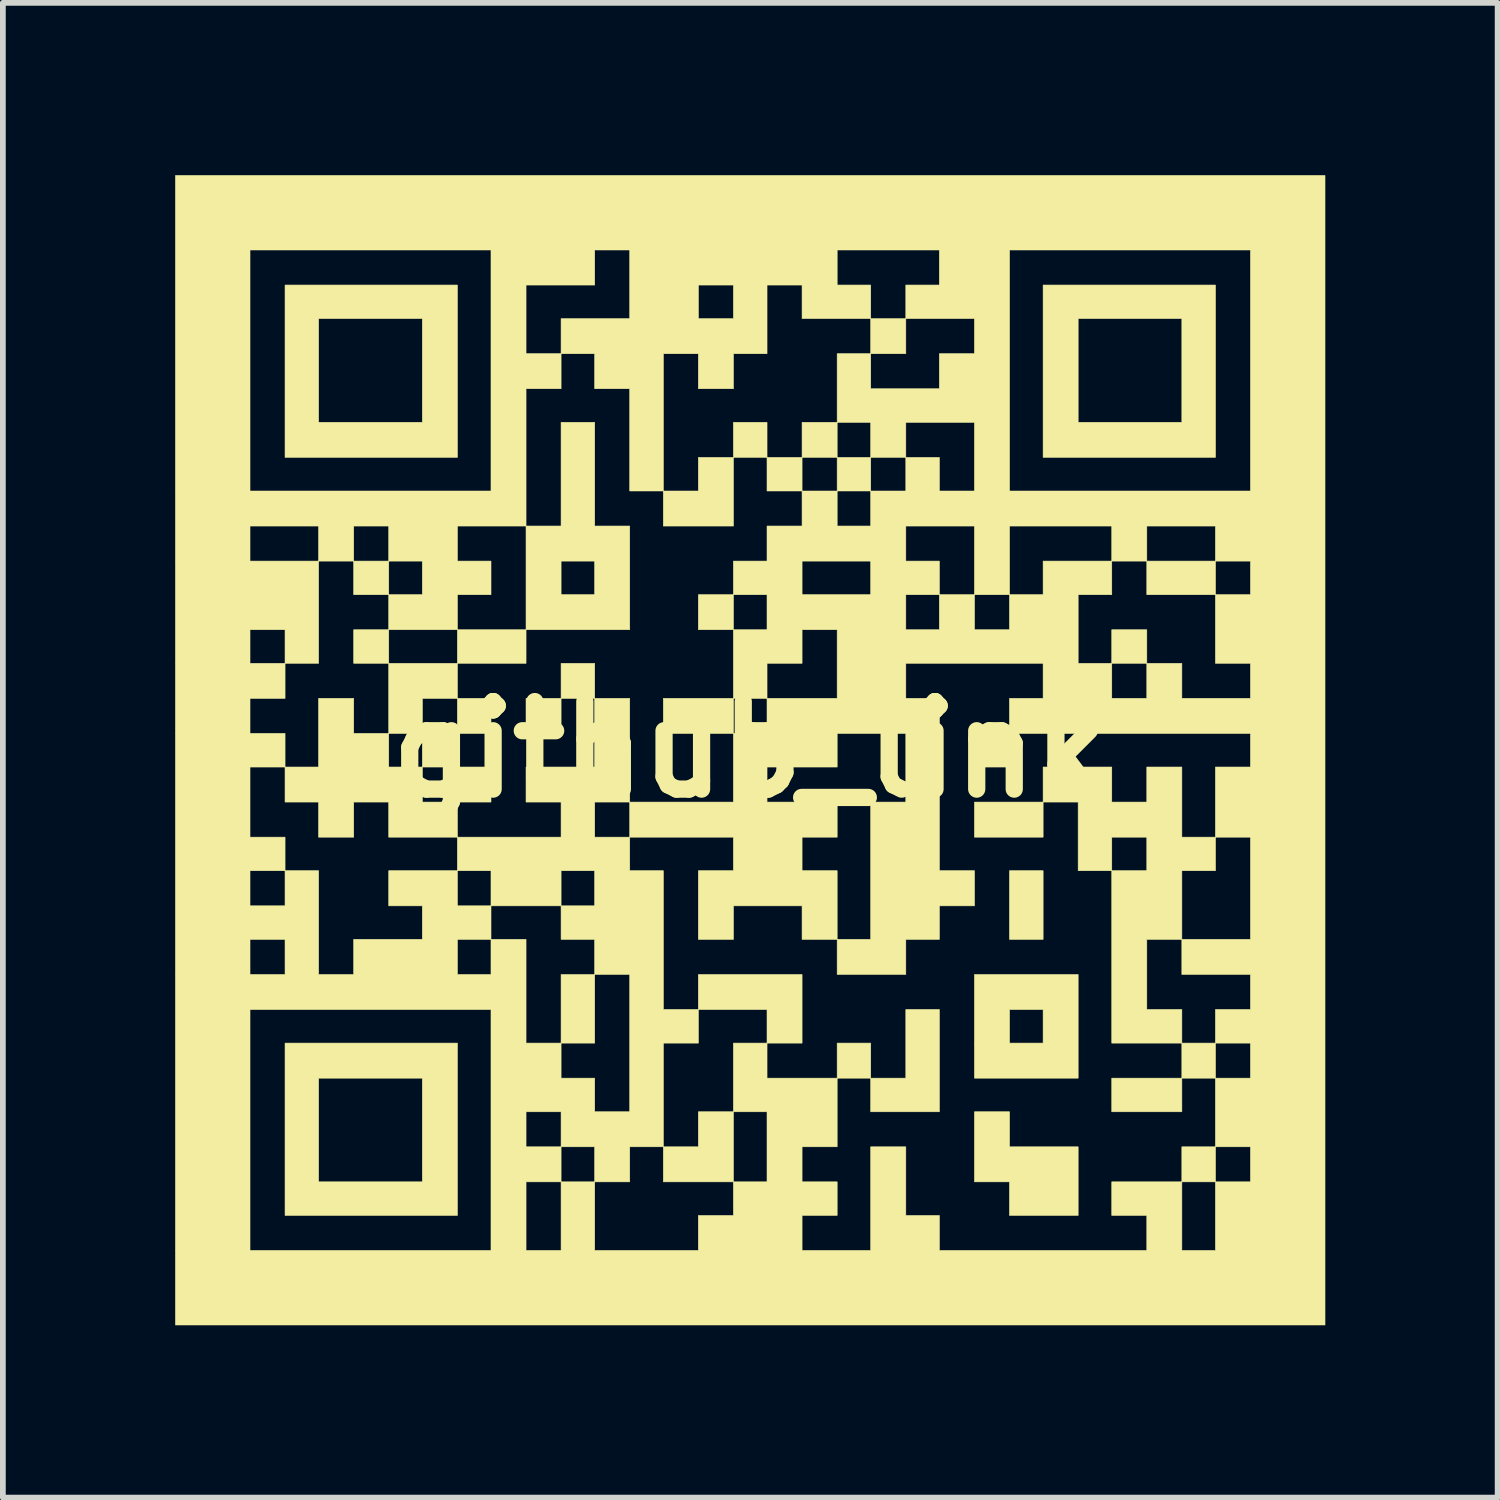
<source format=kicad_pcb>
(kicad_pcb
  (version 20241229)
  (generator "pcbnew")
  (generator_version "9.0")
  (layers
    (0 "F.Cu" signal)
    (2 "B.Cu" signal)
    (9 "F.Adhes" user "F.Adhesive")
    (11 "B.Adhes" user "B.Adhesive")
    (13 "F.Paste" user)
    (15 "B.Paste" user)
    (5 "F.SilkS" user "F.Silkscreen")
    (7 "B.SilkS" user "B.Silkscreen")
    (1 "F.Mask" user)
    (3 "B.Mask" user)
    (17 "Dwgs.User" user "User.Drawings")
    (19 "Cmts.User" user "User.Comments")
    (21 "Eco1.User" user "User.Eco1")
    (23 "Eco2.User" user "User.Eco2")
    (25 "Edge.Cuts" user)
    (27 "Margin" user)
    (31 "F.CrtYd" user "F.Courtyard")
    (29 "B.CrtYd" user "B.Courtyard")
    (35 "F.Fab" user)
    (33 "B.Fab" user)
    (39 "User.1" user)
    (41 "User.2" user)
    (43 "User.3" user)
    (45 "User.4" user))
  (footprint "github_link"
    (layer "F.Cu")
    (at 9.997 9.997)
    (property "Reference" "github_link" (at 0 0 0) (layer "F.SilkS") (effects (font (size 1.524 1.524) (thickness 0.3))))
    (attr through_hole)
    (fp_poly (pts (xy -6.89 -1.5) (xy -6.89 -2.085) (xy -6.28 -2.085) (xy -6.28 -1.5) (xy -6.89 -1.5)) (stroke (width 0.01) (type solid)) (fill yes) (layer "F.SilkS"))
    (fp_poly (pts (xy -6.28 -2.695) (xy -6.89 -2.695) (xy -6.89 -3.28) (xy -6.28 -3.28) (xy -6.28 -2.695)) (stroke (width 0.01) (type solid)) (fill yes) (layer "F.SilkS"))
    (fp_poly (pts (xy -5.085 -2.085) (xy -3.89 -2.085) (xy -3.89 -1.5) (xy -5.085 -1.5) (xy -5.085 -2.085)) (stroke (width 0.01) (type solid)) (fill yes) (layer "F.SilkS"))
    (fp_poly (pts (xy -5.085 -0.89) (xy -4.5 -0.89) (xy -4.5 -0.28) (xy -5.085 -0.28) (xy -5.085 -0.89)) (stroke (width 0.01) (type solid)) (fill yes) (layer "F.SilkS"))
    (fp_poly (pts (xy -5.085 0.305) (xy -5.695 0.305) (xy -5.695 -0.28) (xy -5.085 -0.28) (xy -5.085 0.305)) (stroke (width 0.01) (type solid)) (fill yes) (layer "F.SilkS"))
    (fp_poly (pts (xy -4.5 0.305) (xy -4.5 0.915) (xy -5.085 0.915) (xy -5.085 0.305) (xy -4.5 0.305)) (stroke (width 0.01) (type solid)) (fill yes) (layer "F.SilkS"))
    (fp_poly (pts (xy -3.28 -1.5) (xy -2.695 -1.5) (xy -2.695 -0.89) (xy -3.28 -0.89) (xy -3.28 -1.5)) (stroke (width 0.01) (type solid)) (fill yes) (layer "F.SilkS"))
    (fp_poly (pts (xy -3.28 -0.28) (xy -3.89 -0.28) (xy -3.89 -0.89) (xy -3.28 -0.89) (xy -3.28 -0.28)) (stroke (width 0.01) (type solid)) (fill yes) (layer "F.SilkS"))
    (fp_poly (pts (xy -2.695 5.111) (xy -3.28 5.111) (xy -3.28 3.916) (xy -2.695 3.916) (xy -2.695 5.111)) (stroke (width 0.01) (type solid)) (fill yes) (layer "F.SilkS"))
    (fp_poly (pts (xy -0.28 -5.085) (xy -0.28 -5.695) (xy 0.305 -5.695) (xy 0.305 -5.085) (xy -0.28 -5.085)) (stroke (width 0.01) (type solid)) (fill yes) (layer "F.SilkS"))
    (fp_poly (pts (xy -0.28 -2.085) (xy -0.89 -2.085) (xy -0.89 -2.695) (xy -0.28 -2.695) (xy -0.28 -2.085)) (stroke (width 0.01) (type solid)) (fill yes) (layer "F.SilkS"))
    (fp_poly (pts (xy -0.28 -0.28) (xy -1.5 -0.28) (xy -1.5 -0.89) (xy -0.28 -0.89) (xy -0.28 -0.28)) (stroke (width 0.01) (type solid)) (fill yes) (layer "F.SilkS"))
    (fp_poly (pts (xy 0.915 -5.695) (xy 1.526 -5.695) (xy 1.526 -5.085) (xy 0.915 -5.085) (xy 0.915 -5.695)) (stroke (width 0.01) (type solid)) (fill yes) (layer "F.SilkS"))
    (fp_poly (pts (xy 0.915 -4.5) (xy 0.305 -4.5) (xy 0.305 -5.085) (xy 0.915 -5.085) (xy 0.915 -4.5)) (stroke (width 0.01) (type solid)) (fill yes) (layer "F.SilkS"))
    (fp_poly (pts (xy 1.526 5.721) (xy 1.526 5.111) (xy 2.11 5.111) (xy 2.11 5.721) (xy 1.526 5.721)) (stroke (width 0.01) (type solid)) (fill yes) (layer "F.SilkS"))
    (fp_poly (pts (xy 2.11 -4.5) (xy 1.526 -4.5) (xy 1.526 -5.085) (xy 2.11 -5.085) (xy 2.11 -4.5)) (stroke (width 0.01) (type solid)) (fill yes) (layer "F.SilkS"))
    (fp_poly (pts (xy 2.721 -6.89) (xy 2.11 -6.89) (xy 2.11 -7.501) (xy 2.721 -7.501) (xy 2.721 -6.89)) (stroke (width 0.01) (type solid)) (fill yes) (layer "F.SilkS"))
    (fp_poly (pts (xy 4.526 0.305) (xy 3.916 0.305) (xy 3.916 -0.28) (xy 4.526 -0.28) (xy 4.526 0.305)) (stroke (width 0.01) (type solid)) (fill yes) (layer "F.SilkS"))
    (fp_poly (pts (xy 5.111 1.526) (xy 3.916 1.526) (xy 3.916 0.915) (xy 5.111 0.915) (xy 5.111 1.526)) (stroke (width 0.01) (type solid)) (fill yes) (layer "F.SilkS"))
    (fp_poly (pts (xy 5.111 3.305) (xy 4.526 3.305) (xy 4.526 2.11) (xy 5.111 2.11) (xy 5.111 3.305)) (stroke (width 0.01) (type solid)) (fill yes) (layer "F.SilkS"))
    (fp_poly (pts (xy 6.916 -1.5) (xy 6.306 -1.5) (xy 6.306 -2.085) (xy 6.916 -2.085) (xy 6.916 -1.5)) (stroke (width 0.01) (type solid)) (fill yes) (layer "F.SilkS"))
    (fp_poly (pts (xy 7.526 5.111) (xy 8.111 5.111) (xy 8.111 5.721) (xy 7.526 5.721) (xy 7.526 5.111)) (stroke (width 0.01) (type solid)) (fill yes) (layer "F.SilkS"))
    (fp_poly (pts (xy 7.526 6.306) (xy 6.306 6.306) (xy 6.306 5.721) (xy 7.526 5.721) (xy 7.526 6.306)) (stroke (width 0.01) (type solid)) (fill yes) (layer "F.SilkS"))
    (fp_poly (pts (xy 8.111 -2.695) (xy 6.916 -2.695) (xy 6.916 -3.28) (xy 8.111 -3.28) (xy 8.111 -2.695)) (stroke (width 0.01) (type solid)) (fill yes) (layer "F.SilkS"))
    (fp_poly (pts (xy 8.111 7.526) (xy 7.526 7.526) (xy 7.526 6.916) (xy 8.111 6.916) (xy 8.111 7.526)) (stroke (width 0.01) (type solid)) (fill yes) (layer "F.SilkS"))
    (fp_poly (pts (xy -6.28 -1.5) (xy -5.085 -1.5) (xy -5.085 -0.89) (xy -5.695 -0.89) (xy -5.695 -0.28) (xy -6.28 -0.28) (xy -6.28 -1.5)) (stroke (width 0.01) (type solid)) (fill yes) (layer "F.SilkS"))
    (fp_poly (pts (xy -0.28 -3.89) (xy -1.5 -3.89) (xy -1.5 -4.5) (xy -0.89 -4.5) (xy -0.89 -5.085) (xy -0.28 -5.085) (xy -0.28 -3.89)) (stroke (width 0.01) (type solid)) (fill yes) (layer "F.SilkS"))
    (fp_poly (pts (xy -0.28 7.526) (xy -1.5 7.526) (xy -1.5 6.916) (xy -0.89 6.916) (xy -0.89 6.306) (xy -0.28 6.306) (xy -0.28 7.526)) (stroke (width 0.01) (type solid)) (fill yes) (layer "F.SilkS"))
    (fp_poly (pts (xy 0.915 5.111) (xy 0.305 5.111) (xy 0.305 4.526) (xy -0.89 4.526) (xy -0.89 3.916) (xy 0.915 3.916) (xy 0.915 5.111)) (stroke (width 0.01) (type solid)) (fill yes) (layer "F.SilkS"))
    (fp_poly (pts (xy 2.721 5.721) (xy 2.721 4.526) (xy 3.305 4.526) (xy 3.305 6.306) (xy 2.11 6.306) (xy 2.11 5.721) (xy 2.721 5.721)) (stroke (width 0.01) (type solid)) (fill yes) (layer "F.SilkS"))
    (fp_poly (pts (xy 4.526 6.916) (xy 5.721 6.916) (xy 5.721 8.111) (xy 4.526 8.111) (xy 4.526 7.526) (xy 3.916 7.526) (xy 3.916 6.306) (xy 4.526 6.306) (xy 4.526 6.916)) (stroke (width 0.01) (type solid)) (fill yes) (layer "F.SilkS"))
    (fp_poly (pts (xy -5.085 -5.085) (xy -8.085 -5.085) (xy -8.085 -7.501) (xy -7.501 -7.501) (xy -7.501 -5.695) (xy -5.695 -5.695) (xy -5.695 -7.501) (xy -7.501 -7.501) (xy -8.085 -7.501) (xy -8.085 -8.085) (xy -5.085 -8.085) (xy -5.085 -5.085)) (stroke (width 0.01) (type solid)) (fill yes) (layer "F.SilkS"))
    (fp_poly (pts (xy -5.085 8.111) (xy -8.085 8.111) (xy -8.085 5.721) (xy -7.501 5.721) (xy -7.501 7.526) (xy -5.695 7.526) (xy -5.695 5.721) (xy -7.501 5.721) (xy -8.085 5.721) (xy -8.085 5.111) (xy -5.085 5.111) (xy -5.085 8.111)) (stroke (width 0.01) (type solid)) (fill yes) (layer "F.SilkS"))
    (fp_poly (pts (xy 5.721 5.721) (xy 3.916 5.721) (xy 3.916 4.526) (xy 4.526 4.526) (xy 4.526 5.111) (xy 5.111 5.111) (xy 5.111 4.526) (xy 4.526 4.526) (xy 3.916 4.526) (xy 3.916 3.916) (xy 5.721 3.916) (xy 5.721 5.721)) (stroke (width 0.01) (type solid)) (fill yes) (layer "F.SilkS"))
    (fp_poly (pts (xy 8.111 -5.085) (xy 5.111 -5.085) (xy 5.111 -7.501) (xy 5.721 -7.501) (xy 5.721 -5.695) (xy 7.526 -5.695) (xy 7.526 -7.501) (xy 5.721 -7.501) (xy 5.111 -7.501) (xy 5.111 -8.085) (xy 8.111 -8.085) (xy 8.111 -5.085)) (stroke (width 0.01) (type solid)) (fill yes) (layer "F.SilkS"))
    (fp_poly (pts (xy -3.89 -3.89) (xy -3.28 -3.89) (xy -3.28 -5.695) (xy -2.695 -5.695) (xy -2.695 -3.89) (xy -2.085 -3.89) (xy -2.085 -2.085) (xy -3.89 -2.085) (xy -3.89 -3.28) (xy -3.28 -3.28) (xy -3.28 -2.695) (xy -2.695 -2.695) (xy -2.695 -3.28) (xy -3.28 -3.28) (xy -3.89 -3.28) (xy -3.89 -3.89)) (stroke (width 0.01) (type solid)) (fill yes) (layer "F.SilkS"))
    (fp_poly (pts (xy -5.085 1.526) (xy -6.28 1.526) (xy -6.28 0.915) (xy -6.89 0.915) (xy -6.89 1.526) (xy -7.501 1.526) (xy -7.501 0.915) (xy -8.085 0.915) (xy -8.085 0.305) (xy -7.501 0.305) (xy -7.501 -0.89) (xy -6.89 -0.89) (xy -6.89 -0.28) (xy -6.28 -0.28) (xy -6.28 0.305) (xy -5.695 0.305) (xy -5.695 0.915) (xy -5.085 0.915) (xy -5.085 1.526)) (stroke (width 0.01) (type solid)) (fill yes) (layer "F.SilkS"))
    (fp_poly (pts (xy 6.306 5.111) (xy 6.306 2.11) (xy 5.721 2.11) (xy 5.721 1.526) (xy 6.306 1.526) (xy 6.306 2.11) (xy 6.916 2.11) (xy 6.916 1.526) (xy 6.306 1.526) (xy 5.721 1.526) (xy 5.721 0.915) (xy 5.111 0.915) (xy 5.111 0.305) (xy 6.306 0.305) (xy 6.306 0.915) (xy 6.916 0.915) (xy 6.916 0.305) (xy 7.526 0.305) (xy 7.526 1.526) (xy 8.111 1.526) (xy 8.111 2.11) (xy 7.526 2.11) (xy 7.526 3.305) (xy 6.916 3.305) (xy 6.916 4.526) (xy 7.526 4.526) (xy 7.526 5.111) (xy 6.306 5.111)) (stroke (width 0.01) (type solid)) (fill yes) (layer "F.SilkS"))
    (fp_poly (pts (xy 10.018 10.018) (xy -9.992 10.018) (xy -9.992 4.526) (xy -8.695 4.526) (xy -8.695 8.721) (xy -4.5 8.721) (xy -4.5 7.526) (xy -3.89 7.526) (xy -3.89 8.721) (xy -3.28 8.721) (xy -2.695 8.721) (xy -0.89 8.721) (xy -0.89 8.111) (xy -0.28 8.111) (xy -0.28 7.526) (xy 0.305 7.526) (xy 0.305 6.306) (xy -0.28 6.306) (xy -0.28 5.111) (xy 0.305 5.111) (xy 0.305 5.721) (xy 1.526 5.721) (xy 1.526 6.916) (xy 0.915 6.916) (xy 0.915 7.526) (xy 1.526 7.526) (xy 1.526 8.111) (xy 0.915 8.111) (xy 0.915 8.721) (xy 2.11 8.721) (xy 2.11 6.916) (xy 2.721 6.916) (xy 2.721 8.111) (xy 3.305 8.111) (xy 3.305 8.721) (xy 6.916 8.721) (xy 6.916 8.111) (xy 6.306 8.111) (xy 6.306 7.526) (xy 7.526 7.526) (xy 7.526 8.721) (xy 8.111 8.721) (xy 8.111 7.526) (xy 8.721 7.526) (xy 8.721 6.916) (xy 8.111 6.916) (xy 8.111 5.721) (xy 8.721 5.721) (xy 8.721 5.111) (xy 8.111 5.111) (xy 8.111 4.526) (xy 8.721 4.526) (xy 8.721 3.916) (xy 7.526 3.916) (xy 7.526 3.305) (xy 8.721 3.305) (xy 8.721 1.526) (xy 8.111 1.526) (xy 8.111 0.305) (xy 8.721 0.305) (xy 8.721 -0.28) (xy 4.526 -0.28) (xy 4.526 -0.89) (xy 5.111 -0.89) (xy 5.111 -1.5) (xy 2.721 -1.5) (xy 2.721 -0.89) (xy 3.305 -0.89) (xy 3.305 2.11) (xy 3.916 2.11) (xy 3.916 2.721) (xy 3.305 2.721) (xy 3.305 3.305) (xy 2.721 3.305) (xy 2.721 3.916) (xy 1.526 3.916) (xy 1.526 3.305) (xy 0.915 3.305) (xy 0.915 2.721) (xy -0.28 2.721) (xy -0.28 3.305) (xy -0.89 3.305) (xy -0.89 2.11) (xy -0.28 2.11) (xy -0.28 1.526) (xy -2.085 1.526) (xy -2.085 2.11) (xy -1.5 2.11) (xy -1.5 4.526) (xy -0.89 4.526) (xy -0.89 5.111) (xy -1.5 5.111) (xy -1.5 6.916) (xy -2.085 6.916) (xy -2.085 7.526) (xy -2.695 7.526) (xy -2.695 8.721) (xy -3.28 8.721) (xy -3.28 7.526) (xy -2.695 7.526) (xy -2.695 6.916) (xy -3.28 6.916) (xy -3.28 7.526) (xy -3.89 7.526) (xy -4.5 7.526) (xy -4.5 6.306) (xy -3.89 6.306) (xy -3.89 6.916) (xy -3.28 6.916) (xy -3.28 6.306) (xy -3.89 6.306) (xy -4.5 6.306) (xy -4.5 4.526) (xy -8.695 4.526) (xy -9.992 4.526) (xy -9.992 3.305) (xy -8.695 3.305) (xy -8.695 3.916) (xy -8.085 3.916) (xy -8.085 3.305) (xy -8.695 3.305) (xy -9.992 3.305) (xy -9.992 2.11) (xy -8.695 2.11) (xy -8.695 2.721) (xy -8.085 2.721) (xy -8.085 2.11) (xy -8.695 2.11) (xy -9.992 2.11) (xy -9.992 -0.89) (xy -8.695 -0.89) (xy -8.695 -0.28) (xy -8.085 -0.28) (xy -8.085 0.305) (xy -8.695 0.305) (xy -8.695 1.526) (xy -8.085 1.526) (xy -8.085 2.11) (xy -7.501 2.11) (xy -7.501 3.916) (xy -6.89 3.916) (xy -6.89 3.305) (xy -5.695 3.305) (xy -5.085 3.305) (xy -5.085 3.916) (xy -4.5 3.916) (xy -4.5 3.305) (xy -5.085 3.305) (xy -5.695 3.305) (xy -5.695 2.721) (xy -6.28 2.721) (xy -6.28 2.11) (xy -5.085 2.11) (xy -5.085 2.721) (xy -4.5 2.721) (xy -4.5 3.305) (xy -3.89 3.305) (xy -3.89 5.111) (xy -3.28 5.111) (xy -3.28 5.721) (xy -2.695 5.721) (xy -2.695 6.306) (xy -2.085 6.306) (xy -2.085 3.916) (xy -2.695 3.916) (xy -2.695 3.305) (xy -3.28 3.305) (xy -3.28 2.721) (xy -4.5 2.721) (xy -4.5 2.11) (xy -3.28 2.11) (xy -3.28 2.721) (xy -2.695 2.721) (xy -2.695 2.11) (xy -3.28 2.11) (xy -4.5 2.11) (xy -5.085 2.11) (xy -5.085 1.526) (xy -3.28 1.526) (xy -3.28 0.915) (xy -2.695 0.915) (xy -2.695 1.526) (xy -2.085 1.526) (xy -2.085 0.915) (xy -2.695 0.915) (xy -3.28 0.915) (xy -3.89 0.915) (xy -3.89 0.305) (xy -2.695 0.305) (xy -2.695 -0.89) (xy -2.085 -0.89) (xy -2.085 0.915) (xy -0.28 0.915) (xy -0.28 0.305) (xy 0.305 0.305) (xy 0.305 0.915) (xy 1.526 0.915) (xy 1.526 1.526) (xy 0.915 1.526) (xy 0.915 2.11) (xy 1.526 2.11) (xy 1.526 3.305) (xy 2.11 3.305) (xy 2.11 0.915) (xy 2.721 0.915) (xy 2.721 -0.28) (xy 1.526 -0.28) (xy 1.526 0.305) (xy 0.305 0.305) (xy -0.28 0.305) (xy -0.28 -0.28) (xy 0.305 -0.28) (xy 0.305 -0.89) (xy -0.28 -0.89) (xy -0.28 -1.5) (xy 0.305 -1.5) (xy 0.305 -0.89) (xy 1.526 -0.89) (xy 1.526 -2.085) (xy 0.915 -2.085) (xy 0.915 -1.5) (xy 0.305 -1.5) (xy -0.28 -1.5) (xy -0.28 -2.085) (xy 0.305 -2.085) (xy 0.305 -2.695) (xy -0.28 -2.695) (xy -0.28 -3.28) (xy 0.305 -3.28) (xy 0.915 -3.28) (xy 0.915 -2.695) (xy 2.11 -2.695) (xy 2.721 -2.695) (xy 2.721 -2.085) (xy 3.305 -2.085) (xy 3.305 -2.695) (xy 2.721 -2.695) (xy 2.11 -2.695) (xy 2.11 -3.28) (xy 0.915 -3.28) (xy 0.305 -3.28) (xy 0.305 -3.89) (xy 0.915 -3.89) (xy 0.915 -4.5) (xy 1.526 -4.5) (xy 1.526 -3.89) (xy 2.11 -3.89) (xy 2.721 -3.89) (xy 2.721 -3.28) (xy 3.305 -3.28) (xy 3.305 -2.695) (xy 3.916 -2.695) (xy 3.916 -2.085) (xy 4.526 -2.085) (xy 4.526 -2.695) (xy 3.916 -2.695) (xy 3.916 -3.89) (xy 4.526 -3.89) (xy 4.526 -2.695) (xy 5.111 -2.695) (xy 5.721 -2.695) (xy 5.721 -1.5) (xy 6.306 -1.5) (xy 6.306 -0.89) (xy 6.916 -0.89) (xy 6.916 -1.5) (xy 7.526 -1.5) (xy 7.526 -0.89) (xy 8.721 -0.89) (xy 8.721 -1.5) (xy 8.111 -1.5) (xy 8.111 -2.695) (xy 8.721 -2.695) (xy 8.721 -3.28) (xy 8.111 -3.28) (xy 8.111 -3.89) (xy 6.916 -3.89) (xy 6.916 -3.28) (xy 6.306 -3.28) (xy 6.306 -2.695) (xy 5.721 -2.695) (xy 5.111 -2.695) (xy 5.111 -3.28) (xy 6.306 -3.28) (xy 6.306 -3.89) (xy 4.526 -3.89) (xy 3.916 -3.89) (xy 2.721 -3.89) (xy 2.11 -3.89) (xy 2.11 -4.5) (xy 2.721 -4.5) (xy 2.721 -5.085) (xy 2.11 -5.085) (xy 2.11 -5.695) (xy 2.721 -5.695) (xy 2.721 -5.085) (xy 3.305 -5.085) (xy 3.305 -4.5) (xy 3.916 -4.5) (xy 3.916 -5.695) (xy 2.721 -5.695) (xy 2.11 -5.695) (xy 1.526 -5.695) (xy 1.526 -6.89) (xy 2.11 -6.89) (xy 2.11 -6.28) (xy 3.305 -6.28) (xy 3.305 -6.89) (xy 3.916 -6.89) (xy 3.916 -7.501) (xy 2.721 -7.501) (xy 2.721 -8.085) (xy 3.305 -8.085) (xy 3.305 -8.695) (xy 4.526 -8.695) (xy 4.526 -4.5) (xy 8.721 -4.5) (xy 8.721 -8.695) (xy 4.526 -8.695) (xy 3.305 -8.695) (xy 1.526 -8.695) (xy 1.526 -8.085) (xy 2.11 -8.085) (xy 2.11 -7.501) (xy 0.915 -7.501) (xy 0.915 -8.085) (xy 0.305 -8.085) (xy 0.305 -6.89) (xy -0.28 -6.89) (xy -0.28 -6.28) (xy -0.89 -6.28) (xy -0.89 -6.89) (xy -1.5 -6.89) (xy -1.5 -4.5) (xy -2.085 -4.5) (xy -2.085 -6.28) (xy -2.695 -6.28) (xy -2.695 -6.89) (xy -3.28 -6.89) (xy -3.28 -6.28) (xy -3.89 -6.28) (xy -3.89 -3.89) (xy -5.085 -3.89) (xy -5.085 -3.28) (xy -4.5 -3.28) (xy -4.5 -2.695) (xy -5.085 -2.695) (xy -5.085 -2.085) (xy -6.28 -2.085) (xy -6.28 -2.695) (xy -5.695 -2.695) (xy -5.695 -3.28) (xy -6.28 -3.28) (xy -6.28 -3.89) (xy -6.89 -3.89) (xy -6.89 -3.28) (xy -7.501 -3.28) (xy -7.501 -1.5) (xy -8.085 -1.5) (xy -8.085 -0.89) (xy -8.695 -0.89) (xy -9.992 -0.89) (xy -9.992 -2.085) (xy -8.695 -2.085) (xy -8.695 -1.5) (xy -8.085 -1.5) (xy -8.085 -2.085) (xy -8.695 -2.085) (xy -9.992 -2.085) (xy -9.992 -3.89) (xy -8.695 -3.89) (xy -8.695 -3.28) (xy -7.501 -3.28) (xy -7.501 -3.89) (xy -8.695 -3.89) (xy -9.992 -3.89) (xy -9.992 -8.695) (xy -8.695 -8.695) (xy -8.695 -4.5) (xy -4.5 -4.5) (xy -4.5 -8.085) (xy -3.89 -8.085) (xy -3.89 -6.89) (xy -3.28 -6.89) (xy -3.28 -7.501) (xy -2.085 -7.501) (xy -2.085 -8.085) (xy -0.89 -8.085) (xy -0.89 -7.501) (xy -0.28 -7.501) (xy -0.28 -8.085) (xy -0.89 -8.085) (xy -2.085 -8.085) (xy -2.085 -8.695) (xy -2.695 -8.695) (xy -2.695 -8.085) (xy -3.89 -8.085) (xy -4.5 -8.085) (xy -4.5 -8.695) (xy -8.695 -8.695) (xy -9.992 -8.695) (xy -9.992 -9.992) (xy 10.018 -9.992) (xy 10.018 10.018)) (stroke (width 0.01) (type solid)) (fill yes) (layer "F.SilkS")))
  (gr_rect
    (start -3 -3)
    (end 23.02 23.02)
    (stroke (width 0.1) (type default))
    (fill no)
    (layer "Edge.Cuts")))
</source>
